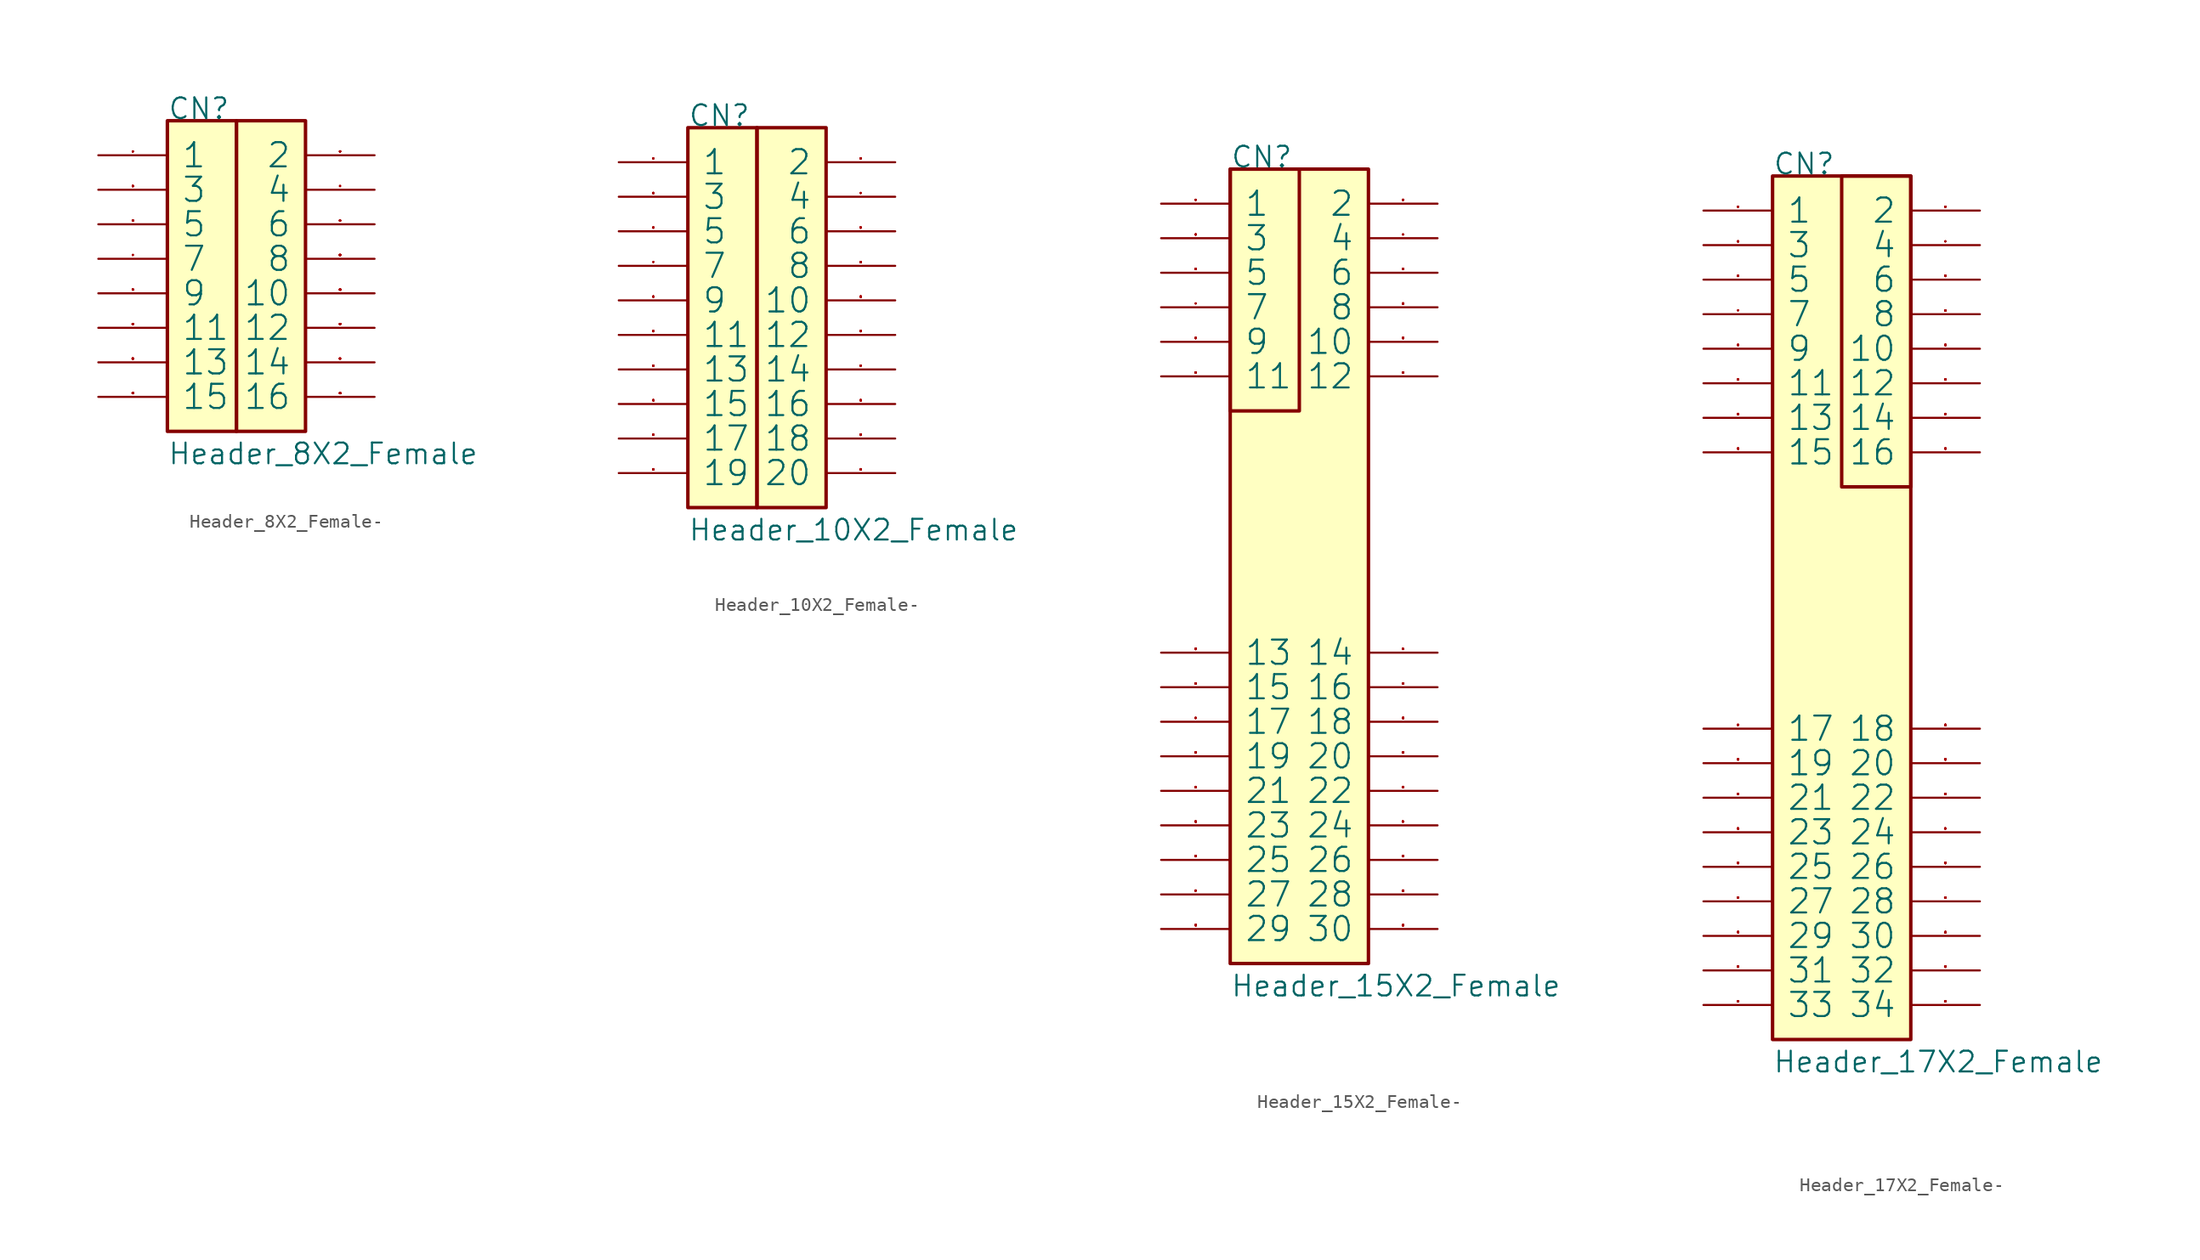
<source format=kicad_sym>
(kicad_symbol_lib
  (version 20220914)
  (generator kicad_symbol_editor)
  (symbol "Header_8X2_Female-"
    (pin_names
      (offset 1.016))
    (property "Reference" "CN"
      (at 0 0 0)
      (effects (font (size 1.524 1.524)) (justify left bottom)))
    (property "Value" "Header_8X2_Female"
      (at 0 -25.4 0)
      (effects (font (size 1.524 1.524)) (justify left bottom)))
    (property "Footprint" ""
      (at 0 0 0)
      (effects (font (size 1.524 1.524))))
    (property "Datasheet" ""
      (at 0 0 0)
      (effects (font (size 1.524 1.524))))
    (symbol "Header_8X2_Female-_0_1"
      (rectangle (start 0 -22.86) (end 5.08 0) (stroke (width 0.254) (type solid)) (fill (type background)))
      (rectangle (start 5.08 -22.86) (end 10.16 0) (stroke (width 0.254) (type solid)) (fill (type background)))
      (pin passive line (at -5.08 -2.54 0) (length 5.08) (name "1" (effects (font (size 1.778 1.778)))) (number "1" (effects (font (size 0.025 0.025)))))
      (pin passive line (at 15.24 -12.7 180) (length 5.08) (name "10" (effects (font (size 1.778 1.778)))) (number "10" (effects (font (size 0.025 0.025)))))
      (pin passive line (at -5.08 -15.24 0) (length 5.08) (name "11" (effects (font (size 1.778 1.778)))) (number "11" (effects (font (size 0.025 0.025)))))
      (pin passive line (at 15.24 -15.24 180) (length 5.08) (name "12" (effects (font (size 1.778 1.778)))) (number "12" (effects (font (size 0.025 0.025)))))
      (pin passive line (at -5.08 -17.78 0) (length 5.08) (name "13" (effects (font (size 1.778 1.778)))) (number "13" (effects (font (size 0.025 0.025)))))
      (pin passive line (at 15.24 -17.78 180) (length 5.08) (name "14" (effects (font (size 1.778 1.778)))) (number "14" (effects (font (size 0.025 0.025)))))
      (pin passive line (at -5.08 -20.32 0) (length 5.08) (name "15" (effects (font (size 1.778 1.778)))) (number "15" (effects (font (size 0.025 0.025)))))
      (pin passive line (at 15.24 -20.32 180) (length 5.08) (name "16" (effects (font (size 1.778 1.778)))) (number "16" (effects (font (size 0.025 0.025)))))
      (pin passive line (at 15.24 -2.54 180) (length 5.08) (name "2" (effects (font (size 1.778 1.778)))) (number "2" (effects (font (size 0.025 0.025)))))
      (pin passive line (at -5.08 -5.08 0) (length 5.08) (name "3" (effects (font (size 1.778 1.778)))) (number "3" (effects (font (size 0.025 0.025)))))
      (pin passive line (at 15.24 -5.08 180) (length 5.08) (name "4" (effects (font (size 1.778 1.778)))) (number "4" (effects (font (size 0.025 0.025)))))
      (pin passive line (at -5.08 -7.62 0) (length 5.08) (name "5" (effects (font (size 1.778 1.778)))) (number "5" (effects (font (size 0.025 0.025)))))
      (pin passive line (at 15.24 -7.62 180) (length 5.08) (name "6" (effects (font (size 1.778 1.778)))) (number "6" (effects (font (size 0.025 0.025)))))
      (pin passive line (at -5.08 -10.16 0) (length 5.08) (name "7" (effects (font (size 1.778 1.778)))) (number "7" (effects (font (size 0.025 0.025)))))
      (pin passive line (at 15.24 -10.16 180) (length 5.08) (name "8" (effects (font (size 1.778 1.778)))) (number "8" (effects (font (size 0.025 0.025)))))
      (pin passive line (at -5.08 -12.7 0) (length 5.08) (name "9" (effects (font (size 1.778 1.778)))) (number "9" (effects (font (size 0.025 0.025)))))))
  (symbol "Header_10X2_Female-"
    (pin_names
      (offset 1.016))
    (property "Reference" "CN"
      (at 0 0 0)
      (effects (font (size 1.524 1.524)) (justify left bottom)))
    (property "Value" "Header_10X2_Female"
      (at 0 -30.48 0)
      (effects (font (size 1.524 1.524)) (justify left bottom)))
    (property "Footprint" ""
      (at 0 0 0)
      (effects (font (size 1.524 1.524))))
    (property "Datasheet" ""
      (at 0 0 0)
      (effects (font (size 1.524 1.524))))
    (symbol "Header_10X2_Female-_0_1"
      (rectangle (start 0 -27.94) (end 5.08 0) (stroke (width 0.254) (type solid)) (fill (type background)))
      (rectangle (start 5.08 -27.94) (end 10.16 0) (stroke (width 0.254) (type solid)) (fill (type background)))
      (pin passive line (at -5.08 -2.54 0) (length 5.08) (name "1" (effects (font (size 1.778 1.778)))) (number "1" (effects (font (size 0.025 0.025)))))
      (pin passive line (at 15.24 -12.7 180) (length 5.08) (name "10" (effects (font (size 1.778 1.778)))) (number "10" (effects (font (size 0.025 0.025)))))
      (pin passive line (at -5.08 -15.24 0) (length 5.08) (name "11" (effects (font (size 1.778 1.778)))) (number "11" (effects (font (size 0.025 0.025)))))
      (pin passive line (at 15.24 -15.24 180) (length 5.08) (name "12" (effects (font (size 1.778 1.778)))) (number "12" (effects (font (size 0.025 0.025)))))
      (pin passive line (at -5.08 -17.78 0) (length 5.08) (name "13" (effects (font (size 1.778 1.778)))) (number "13" (effects (font (size 0.025 0.025)))))
      (pin passive line (at 15.24 -17.78 180) (length 5.08) (name "14" (effects (font (size 1.778 1.778)))) (number "14" (effects (font (size 0.025 0.025)))))
      (pin passive line (at -5.08 -20.32 0) (length 5.08) (name "15" (effects (font (size 1.778 1.778)))) (number "15" (effects (font (size 0.025 0.025)))))
      (pin passive line (at 15.24 -20.32 180) (length 5.08) (name "16" (effects (font (size 1.778 1.778)))) (number "16" (effects (font (size 0.025 0.025)))))
      (pin passive line (at -5.08 -22.86 0) (length 5.08) (name "17" (effects (font (size 1.778 1.778)))) (number "17" (effects (font (size 0.025 0.025)))))
      (pin passive line (at 15.24 -22.86 180) (length 5.08) (name "18" (effects (font (size 1.778 1.778)))) (number "18" (effects (font (size 0.025 0.025)))))
      (pin passive line (at -5.08 -25.4 0) (length 5.08) (name "19" (effects (font (size 1.778 1.778)))) (number "19" (effects (font (size 0.025 0.025)))))
      (pin passive line (at 15.24 -2.54 180) (length 5.08) (name "2" (effects (font (size 1.778 1.778)))) (number "2" (effects (font (size 0.025 0.025)))))
      (pin passive line (at 15.24 -25.4 180) (length 5.08) (name "20" (effects (font (size 1.778 1.778)))) (number "20" (effects (font (size 0.025 0.025)))))
      (pin passive line (at -5.08 -5.08 0) (length 5.08) (name "3" (effects (font (size 1.778 1.778)))) (number "3" (effects (font (size 0.025 0.025)))))
      (pin passive line (at 15.24 -5.08 180) (length 5.08) (name "4" (effects (font (size 1.778 1.778)))) (number "4" (effects (font (size 0.025 0.025)))))
      (pin passive line (at -5.08 -7.62 0) (length 5.08) (name "5" (effects (font (size 1.778 1.778)))) (number "5" (effects (font (size 0.025 0.025)))))
      (pin passive line (at 15.24 -7.62 180) (length 5.08) (name "6" (effects (font (size 1.778 1.778)))) (number "6" (effects (font (size 0.025 0.025)))))
      (pin passive line (at -5.08 -10.16 0) (length 5.08) (name "7" (effects (font (size 1.778 1.778)))) (number "7" (effects (font (size 0.025 0.025)))))
      (pin passive line (at 15.24 -10.16 180) (length 5.08) (name "8" (effects (font (size 1.778 1.778)))) (number "8" (effects (font (size 0.025 0.025)))))
      (pin passive line (at -5.08 -12.7 0) (length 5.08) (name "9" (effects (font (size 1.778 1.778)))) (number "9" (effects (font (size 0.025 0.025)))))))
  (symbol "Header_15X2_Female-"
    (pin_names
      (offset 1.016))
    (property "Reference" "CN"
      (at 0 0 0)
      (effects (font (size 1.524 1.524)) (justify left bottom)))
    (property "Value" "Header_15X2_Female"
      (at 0 -60.96 0)
      (effects (font (size 1.524 1.524)) (justify left bottom)))
    (property "Footprint" ""
      (at 0 0 0)
      (effects (font (size 1.524 1.524))))
    (property "Datasheet" ""
      (at 0 0 0)
      (effects (font (size 1.524 1.524))))
    (symbol "Header_15X2_Female-_0_1"
      (rectangle (start 0 -58.42) (end 10.16 0) (stroke (width 0.254) (type solid)) (fill (type background)))
      (rectangle (start 0 -17.78) (end 5.08 0) (stroke (width 0.254) (type solid)) (fill (type background)))
      (pin passive line (at -5.08 -2.54 0) (length 5.08) (name "1" (effects (font (size 1.778 1.778)))) (number "1" (effects (font (size 0.025 0.025)))))
      (pin passive line (at 15.24 -12.7 180) (length 5.08) (name "10" (effects (font (size 1.778 1.778)))) (number "10" (effects (font (size 0.025 0.025)))))
      (pin passive line (at -5.08 -15.24 0) (length 5.08) (name "11" (effects (font (size 1.778 1.778)))) (number "11" (effects (font (size 0.025 0.025)))))
      (pin passive line (at 15.24 -15.24 180) (length 5.08) (name "12" (effects (font (size 1.778 1.778)))) (number "12" (effects (font (size 0.025 0.025)))))
      (pin passive line (at -5.08 -35.56 0) (length 5.08) (name "13" (effects (font (size 1.778 1.778)))) (number "13" (effects (font (size 0.025 0.025)))))
      (pin passive line (at 15.24 -35.56 180) (length 5.08) (name "14" (effects (font (size 1.778 1.778)))) (number "14" (effects (font (size 0.025 0.025)))))
      (pin passive line (at -5.08 -38.1 0) (length 5.08) (name "15" (effects (font (size 1.778 1.778)))) (number "15" (effects (font (size 0.025 0.025)))))
      (pin passive line (at 15.24 -38.1 180) (length 5.08) (name "16" (effects (font (size 1.778 1.778)))) (number "16" (effects (font (size 0.025 0.025)))))
      (pin passive line (at -5.08 -40.64 0) (length 5.08) (name "17" (effects (font (size 1.778 1.778)))) (number "17" (effects (font (size 0.025 0.025)))))
      (pin passive line (at 15.24 -40.64 180) (length 5.08) (name "18" (effects (font (size 1.778 1.778)))) (number "18" (effects (font (size 0.025 0.025)))))
      (pin passive line (at -5.08 -43.18 0) (length 5.08) (name "19" (effects (font (size 1.778 1.778)))) (number "19" (effects (font (size 0.025 0.025)))))
      (pin passive line (at 15.24 -2.54 180) (length 5.08) (name "2" (effects (font (size 1.778 1.778)))) (number "2" (effects (font (size 0.025 0.025)))))
      (pin passive line (at 15.24 -43.18 180) (length 5.08) (name "20" (effects (font (size 1.778 1.778)))) (number "20" (effects (font (size 0.025 0.025)))))
      (pin passive line (at -5.08 -45.72 0) (length 5.08) (name "21" (effects (font (size 1.778 1.778)))) (number "21" (effects (font (size 0.025 0.025)))))
      (pin passive line (at 15.24 -45.72 180) (length 5.08) (name "22" (effects (font (size 1.778 1.778)))) (number "22" (effects (font (size 0.025 0.025)))))
      (pin passive line (at -5.08 -48.26 0) (length 5.08) (name "23" (effects (font (size 1.778 1.778)))) (number "23" (effects (font (size 0.025 0.025)))))
      (pin passive line (at 15.24 -48.26 180) (length 5.08) (name "24" (effects (font (size 1.778 1.778)))) (number "24" (effects (font (size 0.025 0.025)))))
      (pin passive line (at -5.08 -50.8 0) (length 5.08) (name "25" (effects (font (size 1.778 1.778)))) (number "25" (effects (font (size 0.025 0.025)))))
      (pin passive line (at 15.24 -50.8 180) (length 5.08) (name "26" (effects (font (size 1.778 1.778)))) (number "26" (effects (font (size 0.025 0.025)))))
      (pin passive line (at -5.08 -53.34 0) (length 5.08) (name "27" (effects (font (size 1.778 1.778)))) (number "27" (effects (font (size 0.025 0.025)))))
      (pin passive line (at 15.24 -53.34 180) (length 5.08) (name "28" (effects (font (size 1.778 1.778)))) (number "28" (effects (font (size 0.025 0.025)))))
      (pin passive line (at -5.08 -55.88 0) (length 5.08) (name "29" (effects (font (size 1.778 1.778)))) (number "29" (effects (font (size 0.025 0.025)))))
      (pin passive line (at -5.08 -5.08 0) (length 5.08) (name "3" (effects (font (size 1.778 1.778)))) (number "3" (effects (font (size 0.025 0.025)))))
      (pin passive line (at 15.24 -55.88 180) (length 5.08) (name "30" (effects (font (size 1.778 1.778)))) (number "30" (effects (font (size 0.025 0.025)))))
      (pin passive line (at 15.24 -5.08 180) (length 5.08) (name "4" (effects (font (size 1.778 1.778)))) (number "4" (effects (font (size 0.025 0.025)))))
      (pin passive line (at -5.08 -7.62 0) (length 5.08) (name "5" (effects (font (size 1.778 1.778)))) (number "5" (effects (font (size 0.025 0.025)))))
      (pin passive line (at 15.24 -7.62 180) (length 5.08) (name "6" (effects (font (size 1.778 1.778)))) (number "6" (effects (font (size 0.025 0.025)))))
      (pin passive line (at -5.08 -10.16 0) (length 5.08) (name "7" (effects (font (size 1.778 1.778)))) (number "7" (effects (font (size 0.025 0.025)))))
      (pin passive line (at 15.24 -10.16 180) (length 5.08) (name "8" (effects (font (size 1.778 1.778)))) (number "8" (effects (font (size 0.025 0.025)))))
      (pin passive line (at -5.08 -12.7 0) (length 5.08) (name "9" (effects (font (size 1.778 1.778)))) (number "9" (effects (font (size 0.025 0.025)))))))
  (symbol "Header_17X2_Female-"
    (pin_names
      (offset 1.016))
    (property "Reference" "CN"
      (at 0 0 0)
      (effects (font (size 1.524 1.524)) (justify left bottom)))
    (property "Value" "Header_17X2_Female"
      (at 0 -66.04 0)
      (effects (font (size 1.524 1.524)) (justify left bottom)))
    (property "Footprint" ""
      (at 0 0 0)
      (effects (font (size 1.524 1.524))))
    (property "Datasheet" ""
      (at 0 0 0)
      (effects (font (size 1.524 1.524))))
    (symbol "Header_17X2_Female-_0_1"
      (rectangle (start 0 -63.5) (end 10.16 0) (stroke (width 0.254) (type solid)) (fill (type background)))
      (rectangle (start 5.08 -22.86) (end 10.16 0) (stroke (width 0.254) (type solid)) (fill (type background)))
      (pin passive line (at -5.08 -2.54 0) (length 5.08) (name "1" (effects (font (size 1.778 1.778)))) (number "1" (effects (font (size 0.025 0.025)))))
      (pin passive line (at 15.24 -12.7 180) (length 5.08) (name "10" (effects (font (size 1.778 1.778)))) (number "10" (effects (font (size 0.025 0.025)))))
      (pin passive line (at -5.08 -15.24 0) (length 5.08) (name "11" (effects (font (size 1.778 1.778)))) (number "11" (effects (font (size 0.025 0.025)))))
      (pin passive line (at 15.24 -15.24 180) (length 5.08) (name "12" (effects (font (size 1.778 1.778)))) (number "12" (effects (font (size 0.025 0.025)))))
      (pin passive line (at -5.08 -17.78 0) (length 5.08) (name "13" (effects (font (size 1.778 1.778)))) (number "13" (effects (font (size 0.025 0.025)))))
      (pin passive line (at 15.24 -17.78 180) (length 5.08) (name "14" (effects (font (size 1.778 1.778)))) (number "14" (effects (font (size 0.025 0.025)))))
      (pin passive line (at -5.08 -20.32 0) (length 5.08) (name "15" (effects (font (size 1.778 1.778)))) (number "15" (effects (font (size 0.025 0.025)))))
      (pin passive line (at 15.24 -20.32 180) (length 5.08) (name "16" (effects (font (size 1.778 1.778)))) (number "16" (effects (font (size 0.025 0.025)))))
      (pin passive line (at -5.08 -40.64 0) (length 5.08) (name "17" (effects (font (size 1.778 1.778)))) (number "17" (effects (font (size 0.025 0.025)))))
      (pin passive line (at 15.24 -40.64 180) (length 5.08) (name "18" (effects (font (size 1.778 1.778)))) (number "18" (effects (font (size 0.025 0.025)))))
      (pin passive line (at -5.08 -43.18 0) (length 5.08) (name "19" (effects (font (size 1.778 1.778)))) (number "19" (effects (font (size 0.025 0.025)))))
      (pin passive line (at 15.24 -2.54 180) (length 5.08) (name "2" (effects (font (size 1.778 1.778)))) (number "2" (effects (font (size 0.025 0.025)))))
      (pin passive line (at 15.24 -43.18 180) (length 5.08) (name "20" (effects (font (size 1.778 1.778)))) (number "20" (effects (font (size 0.025 0.025)))))
      (pin passive line (at -5.08 -45.72 0) (length 5.08) (name "21" (effects (font (size 1.778 1.778)))) (number "21" (effects (font (size 0.025 0.025)))))
      (pin passive line (at 15.24 -45.72 180) (length 5.08) (name "22" (effects (font (size 1.778 1.778)))) (number "22" (effects (font (size 0.025 0.025)))))
      (pin passive line (at -5.08 -48.26 0) (length 5.08) (name "23" (effects (font (size 1.778 1.778)))) (number "23" (effects (font (size 0.025 0.025)))))
      (pin passive line (at 15.24 -48.26 180) (length 5.08) (name "24" (effects (font (size 1.778 1.778)))) (number "24" (effects (font (size 0.025 0.025)))))
      (pin passive line (at -5.08 -50.8 0) (length 5.08) (name "25" (effects (font (size 1.778 1.778)))) (number "25" (effects (font (size 0.025 0.025)))))
      (pin passive line (at 15.24 -50.8 180) (length 5.08) (name "26" (effects (font (size 1.778 1.778)))) (number "26" (effects (font (size 0.025 0.025)))))
      (pin passive line (at -5.08 -53.34 0) (length 5.08) (name "27" (effects (font (size 1.778 1.778)))) (number "27" (effects (font (size 0.025 0.025)))))
      (pin passive line (at 15.24 -53.34 180) (length 5.08) (name "28" (effects (font (size 1.778 1.778)))) (number "28" (effects (font (size 0.025 0.025)))))
      (pin passive line (at -5.08 -55.88 0) (length 5.08) (name "29" (effects (font (size 1.778 1.778)))) (number "29" (effects (font (size 0.025 0.025)))))
      (pin passive line (at -5.08 -5.08 0) (length 5.08) (name "3" (effects (font (size 1.778 1.778)))) (number "3" (effects (font (size 0.025 0.025)))))
      (pin passive line (at 15.24 -55.88 180) (length 5.08) (name "30" (effects (font (size 1.778 1.778)))) (number "30" (effects (font (size 0.025 0.025)))))
      (pin passive line (at -5.08 -58.42 0) (length 5.08) (name "31" (effects (font (size 1.778 1.778)))) (number "31" (effects (font (size 0.025 0.025)))))
      (pin passive line (at 15.24 -58.42 180) (length 5.08) (name "32" (effects (font (size 1.778 1.778)))) (number "32" (effects (font (size 0.025 0.025)))))
      (pin passive line (at -5.08 -60.96 0) (length 5.08) (name "33" (effects (font (size 1.778 1.778)))) (number "33" (effects (font (size 0.025 0.025)))))
      (pin passive line (at 15.24 -60.96 180) (length 5.08) (name "34" (effects (font (size 1.778 1.778)))) (number "34" (effects (font (size 0.025 0.025)))))
      (pin passive line (at 15.24 -5.08 180) (length 5.08) (name "4" (effects (font (size 1.778 1.778)))) (number "4" (effects (font (size 0.025 0.025)))))
      (pin passive line (at -5.08 -7.62 0) (length 5.08) (name "5" (effects (font (size 1.778 1.778)))) (number "5" (effects (font (size 0.025 0.025)))))
      (pin passive line (at 15.24 -7.62 180) (length 5.08) (name "6" (effects (font (size 1.778 1.778)))) (number "6" (effects (font (size 0.025 0.025)))))
      (pin passive line (at -5.08 -10.16 0) (length 5.08) (name "7" (effects (font (size 1.778 1.778)))) (number "7" (effects (font (size 0.025 0.025)))))
      (pin passive line (at 15.24 -10.16 180) (length 5.08) (name "8" (effects (font (size 1.778 1.778)))) (number "8" (effects (font (size 0.025 0.025)))))
      (pin passive line (at -5.08 -12.7 0) (length 5.08) (name "9" (effects (font (size 1.778 1.778)))) (number "9" (effects (font (size 0.025 0.025))))))))
</source>
